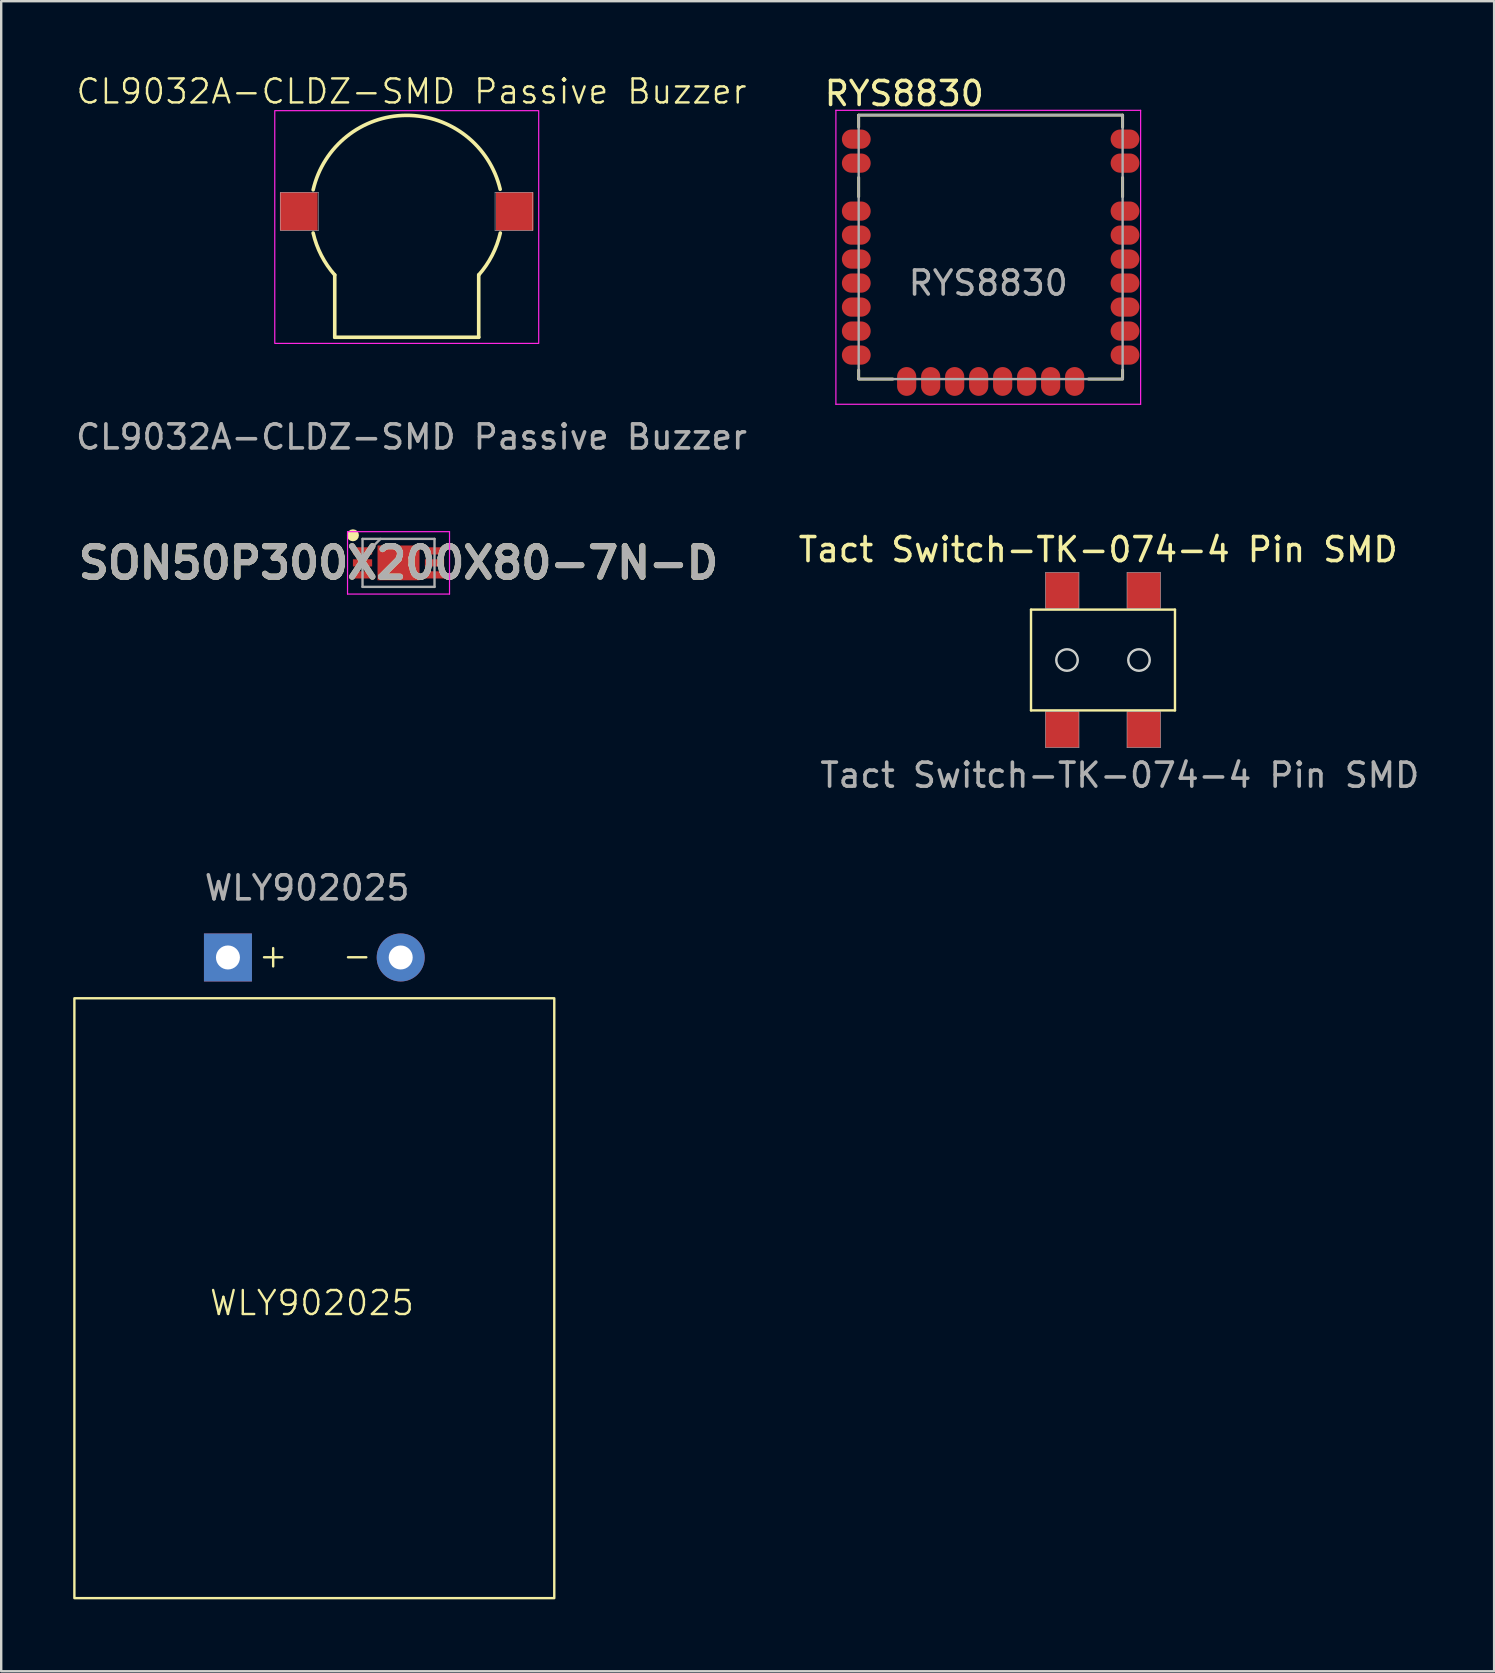
<source format=kicad_pcb>
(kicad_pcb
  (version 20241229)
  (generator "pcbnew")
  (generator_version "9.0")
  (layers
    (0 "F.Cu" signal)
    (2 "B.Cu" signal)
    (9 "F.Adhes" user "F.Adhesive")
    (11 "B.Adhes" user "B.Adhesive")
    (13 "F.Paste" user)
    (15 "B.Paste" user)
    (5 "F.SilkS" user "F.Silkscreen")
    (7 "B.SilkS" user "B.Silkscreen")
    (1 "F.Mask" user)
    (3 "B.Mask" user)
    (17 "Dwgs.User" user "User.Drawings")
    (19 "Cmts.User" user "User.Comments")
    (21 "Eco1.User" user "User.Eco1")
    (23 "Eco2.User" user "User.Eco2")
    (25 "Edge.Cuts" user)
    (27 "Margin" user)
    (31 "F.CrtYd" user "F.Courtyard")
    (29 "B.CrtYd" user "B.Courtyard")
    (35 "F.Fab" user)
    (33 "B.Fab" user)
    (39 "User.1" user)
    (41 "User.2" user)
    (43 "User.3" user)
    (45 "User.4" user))
  (footprint "CL9032A-CLDZ-SMD Passive Buzzer"
    (layer "F.Cu")
    (at 13.901 5.761)
    (property "Reference" "CL9032A-CLDZ-SMD Passive Buzzer" (at 0.2 -5 0) (unlocked yes) (layer "F.SilkS") (effects (font (size 1 1) (thickness 0.1))))
    (attr smd)
    (fp_line (start -3 2.646) (end -3 5.246) (stroke (width 0.15) (type default)) (layer "F.SilkS"))
    (fp_line (start -3 5.246) (end 3 5.246) (stroke (width 0.15) (type default)) (layer "F.SilkS"))
    (fp_line (start 3 5.246) (end 3 2.646) (stroke (width 0.15) (type default)) (layer "F.SilkS"))
    (fp_arc (start -3.9 -0.9) (mid -0.011523 -4.002483) (end 3.894753 -0.922441) (stroke (width 0.15) (type default)) (layer "F.SilkS"))
    (fp_arc (start -3.001874 2.647405) (mid -3.559821 1.829666) (end -3.9 0.9) (stroke (width 0.15) (type default)) (layer "F.SilkS"))
    (fp_arc (start 3.9 0.9) (mid 3.559821 1.829665) (end 3.001875 2.647403) (stroke (width 0.15) (type default)) (layer "F.SilkS"))
    (fp_line (start -5.25 -0.8) (end -5.25 0.8) (stroke (width 0.02) (type default)) (layer "Dwgs.User"))
    (fp_line (start -5.25 0.8) (end -3.68 0.8) (stroke (width 0.02) (type default)) (layer "Dwgs.User"))
    (fp_line (start -3.68 -0.8) (end -5.25 -0.8) (stroke (width 0.02) (type default)) (layer "Dwgs.User"))
    (fp_line (start -3.68 0.8) (end -3.68 -0.8) (stroke (width 0.02) (type default)) (layer "Dwgs.User"))
    (fp_line (start 3.68 -0.8) (end 3.68 0.8) (stroke (width 0.02) (type default)) (layer "Dwgs.User"))
    (fp_line (start 3.68 0.8) (end 5.25 0.8) (stroke (width 0.02) (type default)) (layer "Dwgs.User"))
    (fp_line (start 5.25 -0.8) (end 3.68 -0.8) (stroke (width 0.02) (type default)) (layer "Dwgs.User"))
    (fp_line (start 5.25 0.8) (end 5.25 -0.8) (stroke (width 0.02) (type default)) (layer "Dwgs.User"))
    (fp_rect (start -5.5 -4.2) (end 5.5 5.5) (stroke (width 0.05) (type default)) (fill no) (layer "F.CrtYd"))
    (fp_text user "${REFERENCE}" (at 0.2 9.4 0) (unlocked yes) (layer "F.Fab") (effects (font (size 1 1) (thickness 0.15))))
    (pad "1" smd rect (at 4.5 0) (size 1.57 1.6) (layers "F.Cu" "F.Mask" "F.Paste"))
    (pad "2" smd rect (at -4.5 0) (size 1.57 1.6) (layers "F.Cu" "F.Mask" "F.Paste")))
  (footprint "Tact Switch-TK-074-4 Pin SMD"
    (layer "F.Cu")
    (at 42.919 24.457)
    (property "Reference" "Tact Switch-TK-074-4 Pin SMD" (at -0.2 -4.6 0) (unlocked yes) (layer "F.SilkS") (effects (font (size 1 1) (thickness 0.15))))
    (attr smd)
    (fp_line (start -3 -2.1) (end -3 2.1) (stroke (width 0.1) (type default)) (layer "F.SilkS"))
    (fp_line (start -3 -2.1) (end 3 -2.1) (stroke (width 0.1) (type default)) (layer "F.SilkS"))
    (fp_line (start -3 2.1) (end 3 2.1) (stroke (width 0.1) (type default)) (layer "F.SilkS"))
    (fp_line (start 3 2.1) (end 3 -2.1) (stroke (width 0.1) (type default)) (layer "F.SilkS"))
    (fp_line (start -2.4 -3.65) (end -2.4 -2.15) (stroke (width 0.02) (type default)) (layer "Dwgs.User"))
    (fp_line (start -2.4 -2.15) (end -1 -2.15) (stroke (width 0.02) (type default)) (layer "Dwgs.User"))
    (fp_line (start -2.4 2.15) (end -2.4 3.65) (stroke (width 0.02) (type default)) (layer "Dwgs.User"))
    (fp_line (start -2.4 3.65) (end -1 3.65) (stroke (width 0.02) (type default)) (layer "Dwgs.User"))
    (fp_line (start -1 -3.65) (end -2.4 -3.65) (stroke (width 0.02) (type default)) (layer "Dwgs.User"))
    (fp_line (start -1 -2.15) (end -1 -3.65) (stroke (width 0.02) (type default)) (layer "Dwgs.User"))
    (fp_line (start -1 2.15) (end -2.4 2.15) (stroke (width 0.02) (type default)) (layer "Dwgs.User"))
    (fp_line (start -1 3.65) (end -1 2.15) (stroke (width 0.02) (type default)) (layer "Dwgs.User"))
    (fp_line (start 1 -3.65) (end 1 -2.15) (stroke (width 0.02) (type default)) (layer "Dwgs.User"))
    (fp_line (start 1 -2.15) (end 2.4 -2.15) (stroke (width 0.02) (type default)) (layer "Dwgs.User"))
    (fp_line (start 1 2.15) (end 1 3.65) (stroke (width 0.02) (type default)) (layer "Dwgs.User"))
    (fp_line (start 1 3.65) (end 2.4 3.65) (stroke (width 0.02) (type default)) (layer "Dwgs.User"))
    (fp_line (start 2.4 -3.65) (end 1 -3.65) (stroke (width 0.02) (type default)) (layer "Dwgs.User"))
    (fp_line (start 2.4 -2.15) (end 2.4 -3.65) (stroke (width 0.02) (type default)) (layer "Dwgs.User"))
    (fp_line (start 2.4 2.15) (end 1 2.15) (stroke (width 0.02) (type default)) (layer "Dwgs.User"))
    (fp_line (start 2.4 3.65) (end 2.4 2.15) (stroke (width 0.02) (type default)) (layer "Dwgs.User"))
    (fp_circle (center -1.5 0) (end -1.05 0) (stroke (width 0.02) (type default)) (fill no) (layer "Dwgs.User"))
    (fp_circle (center 1.5 0) (end 1.95 0) (stroke (width 0.02) (type default)) (fill no) (layer "Dwgs.User"))
    (fp_circle (center -1.5 0) (end -1.053 0) (stroke (width 0.1) (type default)) (fill no) (layer "Edge.Cuts"))
    (fp_circle (center 1.5 0) (end 1.947 0) (stroke (width 0.1) (type default)) (fill no) (layer "Edge.Cuts"))
    (fp_text user "${REFERENCE}" (at 0.7 4.8 0) (unlocked yes) (layer "F.Fab") (effects (font (size 1 1) (thickness 0.15))))
    (pad "1" smd rect (at -1.7 -2.9) (size 1.4 1.5) (layers "F.Cu" "F.Mask" "F.Paste"))
    (pad "2" smd rect (at -1.7 2.9) (size 1.4 1.5) (layers "F.Cu" "F.Mask" "F.Paste"))
    (pad "3" smd rect (at 1.7 -2.9) (size 1.4 1.5) (layers "F.Cu" "F.Mask" "F.Paste"))
    (pad "4" smd rect (at 1.7 2.9) (size 1.4 1.5) (layers "F.Cu" "F.Mask" "F.Paste")))
  (footprint "RYS8830"
    (layer "F.Cu")
    (at 38.137 8.748)
    (property "Reference" "RYS8830" (at -3.5 -7.9 0) (layer "F.SilkS") (effects (font (size 1 1) (thickness 0.15))))
    (attr smd)
    (fp_line (start -5.4 -7) (end -5.4 -6.5) (stroke (width 0.12) (type default)) (layer "F.SilkS"))
    (fp_line (start -5.4 -7) (end 5.6 -7) (stroke (width 0.12) (type default)) (layer "F.SilkS"))
    (fp_line (start -5.4 -3.6) (end -5.4 -4.4) (stroke (width 0.12) (type default)) (layer "F.SilkS"))
    (fp_line (start -5.4 3.625) (end -5.4 3.975) (stroke (width 0.12) (type default)) (layer "F.SilkS"))
    (fp_line (start -3.975 4) (end -5.4 4) (stroke (width 0.12) (type default)) (layer "F.SilkS"))
    (fp_line (start 5.6 -7) (end 5.6 -6.5) (stroke (width 0.12) (type default)) (layer "F.SilkS"))
    (fp_line (start 5.6 -3.6) (end 5.6 -4.4) (stroke (width 0.12) (type default)) (layer "F.SilkS"))
    (fp_line (start 5.6 3.625) (end 5.6 3.975) (stroke (width 0.12) (type default)) (layer "F.SilkS"))
    (fp_line (start 5.6 4) (end 4.175 4) (stroke (width 0.12) (type default)) (layer "F.SilkS"))
    (fp_line (start -6.35 -7.2) (end 6.35 -7.2) (stroke (width 0.05) (type default)) (layer "F.CrtYd"))
    (fp_line (start -6.35 5.05) (end -6.35 -7.2) (stroke (width 0.05) (type default)) (layer "F.CrtYd"))
    (fp_line (start 6.35 -7.2) (end 6.35 5.05) (stroke (width 0.05) (type default)) (layer "F.CrtYd"))
    (fp_line (start 6.35 5.05) (end -6.35 5.05) (stroke (width 0.05) (type default)) (layer "F.CrtYd"))
    (fp_line (start -5.4 -7) (end -5.4 4) (stroke (width 0.1) (type default)) (layer "F.Fab"))
    (fp_line (start -5.4 4) (end 5.6 4) (stroke (width 0.1) (type default)) (layer "F.Fab"))
    (fp_line (start 5.6 -7) (end -5.4 -7) (stroke (width 0.1) (type default)) (layer "F.Fab"))
    (fp_line (start 5.6 4) (end 5.6 -7) (stroke (width 0.1) (type default)) (layer "F.Fab"))
    (fp_text user "${REFERENCE}" (at 0 0 0) (layer "F.Fab") (effects (font (size 1 1) (thickness 0.15))))
    (pad "1" smd oval (at -5.5 -3 90) (size 0.8 1.2) (layers "F.Cu" "F.Mask" "F.Paste"))
    (pad "2" smd oval (at -5.5 -2 90) (size 0.8 1.2) (layers "F.Cu" "F.Mask" "F.Paste"))
    (pad "3" smd oval (at -5.5 -1 90) (size 0.8 1.2) (layers "F.Cu" "F.Mask" "F.Paste"))
    (pad "4" smd oval (at -5.5 0 90) (size 0.8 1.2) (layers "F.Cu" "F.Mask" "F.Paste"))
    (pad "5" smd oval (at -5.5 1 90) (size 0.8 1.2) (layers "F.Cu" "F.Mask" "F.Paste"))
    (pad "6" smd oval (at -5.5 2 90) (size 0.8 1.2) (layers "F.Cu" "F.Mask" "F.Paste"))
    (pad "7" smd oval (at -5.5 3 90) (size 0.8 1.2) (layers "F.Cu" "F.Mask" "F.Paste"))
    (pad "8" smd oval (at -3.4 4.1) (size 0.8 1.2) (layers "F.Cu" "F.Mask" "F.Paste"))
    (pad "9" smd oval (at -2.4 4.1) (size 0.8 1.2) (layers "F.Cu" "F.Mask" "F.Paste"))
    (pad "10" smd oval (at -1.4 4.1) (size 0.8 1.2) (layers "F.Cu" "F.Mask" "F.Paste"))
    (pad "11" smd oval (at -0.4 4.1) (size 0.8 1.2) (layers "F.Cu" "F.Mask" "F.Paste"))
    (pad "12" smd oval (at 0.6 4.1) (size 0.8 1.2) (layers "F.Cu" "F.Mask" "F.Paste"))
    (pad "13" smd oval (at 1.6 4.1) (size 0.8 1.2) (layers "F.Cu" "F.Mask" "F.Paste"))
    (pad "14" smd oval (at 2.6 4.1) (size 0.8 1.2) (layers "F.Cu" "F.Mask" "F.Paste"))
    (pad "15" smd oval (at 3.6 4.1) (size 0.8 1.2) (layers "F.Cu" "F.Mask" "F.Paste"))
    (pad "16" smd oval (at 5.7 3 90) (size 0.8 1.2) (layers "F.Cu" "F.Mask" "F.Paste"))
    (pad "17" smd oval (at 5.7 2 90) (size 0.8 1.2) (layers "F.Cu" "F.Mask" "F.Paste"))
    (pad "18" smd oval (at 5.7 1 90) (size 0.8 1.2) (layers "F.Cu" "F.Mask" "F.Paste"))
    (pad "19" smd oval (at 5.7 0 90) (size 0.8 1.2) (layers "F.Cu" "F.Mask" "F.Paste"))
    (pad "20" smd oval (at 5.7 -1 90) (size 0.8 1.2) (layers "F.Cu" "F.Mask" "F.Paste"))
    (pad "21" smd oval (at 5.7 -2 90) (size 0.8 1.2) (layers "F.Cu" "F.Mask" "F.Paste"))
    (pad "22" smd oval (at 5.7 -3 90) (size 0.8 1.2) (layers "F.Cu" "F.Mask" "F.Paste"))
    (pad "G1" smd oval (at -5.5 -6 90) (size 0.8 1.2) (layers "F.Cu" "F.Mask" "F.Paste"))
    (pad "G2" smd oval (at -5.5 -5 90) (size 0.8 1.2) (layers "F.Cu" "F.Mask" "F.Paste"))
    (pad "G3" smd oval (at 5.7 -5 90) (size 0.8 1.2) (layers "F.Cu" "F.Mask" "F.Paste"))
    (pad "G4" smd oval (at 5.7 -6 90) (size 0.8 1.2) (layers "F.Cu" "F.Mask" "F.Paste"))
    (zone (net_name "") (layers "F.Cu" "B.Cu") (name "ANTENNA") (hatch edge 0.5) (connect_pads) (min_thickness 0.25) (filled_areas_thickness no) (keepout (tracks not_allowed) (vias not_allowed) (pads not_allowed) (copperpour allowed) (footprints allowed)) (placement (enabled no)) (fill) (polygon (pts (xy 33.537 1.748) (xy 33.537 5.148) (xy 42.737 5.148) (xy 42.737 1.748)))))
  (footprint "WLY902025"
    (layer "F.Cu")
    (at 9.85 38.654)
    (property "Reference" "WLY902025" (at 0.1 12.6 0) (unlocked yes) (layer "F.SilkS") (effects (font (size 1 1) (thickness 0.1))))
    (attr smd)
    (fp_rect (start -9.8 -0.1) (end 10.2 24.9) (stroke (width 0.1) (type default)) (fill no) (layer "F.SilkS"))
    (fp_text user "+" (at -2.2 -1.3 0) (unlocked yes) (layer "F.SilkS") (effects (font (size 1 1) (thickness 0.1)) (justify left bottom)))
    (fp_text user "-" (at 1.3 -1.3 0) (unlocked yes) (layer "F.SilkS") (effects (font (size 1 1) (thickness 0.1)) (justify left bottom)))
    (fp_text user "${REFERENCE}" (at -0.1 -4.7 0) (unlocked yes) (layer "F.Fab") (effects (font (size 1 1) (thickness 0.15))))
    (pad "1" thru_hole rect (at -3.4 -1.8) (size 2 2) (drill 1) (layers "*.Cu" "*.Mask"))
    (pad "2" thru_hole circle (at 3.8 -1.8) (size 2 2) (drill 1) (layers "*.Cu" "*.Mask")))
  (footprint "SON50P300X200X80-7N-D"
    (layer "F.Cu")
    (at 13.559 20.409)
    (property "Reference" "SON50P300X200X80-7N-D" (at 0 0 0) (layer "F.SilkS") (effects (font (size 1.27 1.27) (thickness 0.254))))
    (attr smd)
    (fp_circle (center -1.9 -1.15) (end -1.9 -1.025) (stroke (width 0.25) (type solid)) (fill no) (layer "F.SilkS"))
    (fp_line (start -2.125 -1.3) (end 2.125 -1.3) (stroke (width 0.05) (type solid)) (layer "F.CrtYd"))
    (fp_line (start -2.125 1.3) (end -2.125 -1.3) (stroke (width 0.05) (type solid)) (layer "F.CrtYd"))
    (fp_line (start 2.125 -1.3) (end 2.125 1.3) (stroke (width 0.05) (type solid)) (layer "F.CrtYd"))
    (fp_line (start 2.125 1.3) (end -2.125 1.3) (stroke (width 0.05) (type solid)) (layer "F.CrtYd"))
    (fp_line (start -1.5 -1) (end 1.5 -1) (stroke (width 0.1) (type solid)) (layer "F.Fab"))
    (fp_line (start -1.5 -0.25) (end -0.75 -1) (stroke (width 0.1) (type solid)) (layer "F.Fab"))
    (fp_line (start -1.5 1) (end -1.5 -1) (stroke (width 0.1) (type solid)) (layer "F.Fab"))
    (fp_line (start 1.5 -1) (end 1.5 1) (stroke (width 0.1) (type solid)) (layer "F.Fab"))
    (fp_line (start 1.5 1) (end -1.5 1) (stroke (width 0.1) (type solid)) (layer "F.Fab"))
    (fp_text user "${REFERENCE}" (at 0 0 0) (layer "F.Fab") (effects (font (size 1.27 1.27) (thickness 0.254))))
    (pad "1" smd rect (at -1.5 -0.5 90) (size 0.3 0.8) (layers "F.Cu" "F.Mask" "F.Paste"))
    (pad "2" smd rect (at -1.5 0 90) (size 0.3 0.8) (layers "F.Cu" "F.Mask" "F.Paste"))
    (pad "3" smd rect (at -1.5 0.5 90) (size 0.3 0.8) (layers "F.Cu" "F.Mask" "F.Paste"))
    (pad "4" smd rect (at 1.5 0.5 90) (size 0.3 0.8) (layers "F.Cu" "F.Mask" "F.Paste"))
    (pad "5" smd rect (at 1.5 0 90) (size 0.3 0.8) (layers "F.Cu" "F.Mask" "F.Paste"))
    (pad "6" smd rect (at 1.5 -0.5 90) (size 0.3 0.8) (layers "F.Cu" "F.Mask" "F.Paste"))
    (pad "7" smd rect (at 0 0 90) (size 1.45 1.75) (layers "F.Cu" "F.Mask" "F.Paste")))
  (gr_rect
    (start -3 -3)
    (end 59.22 66.603)
    (stroke (width 0.1) (type default))
    (fill no)
    (layer "Edge.Cuts")))
</source>
